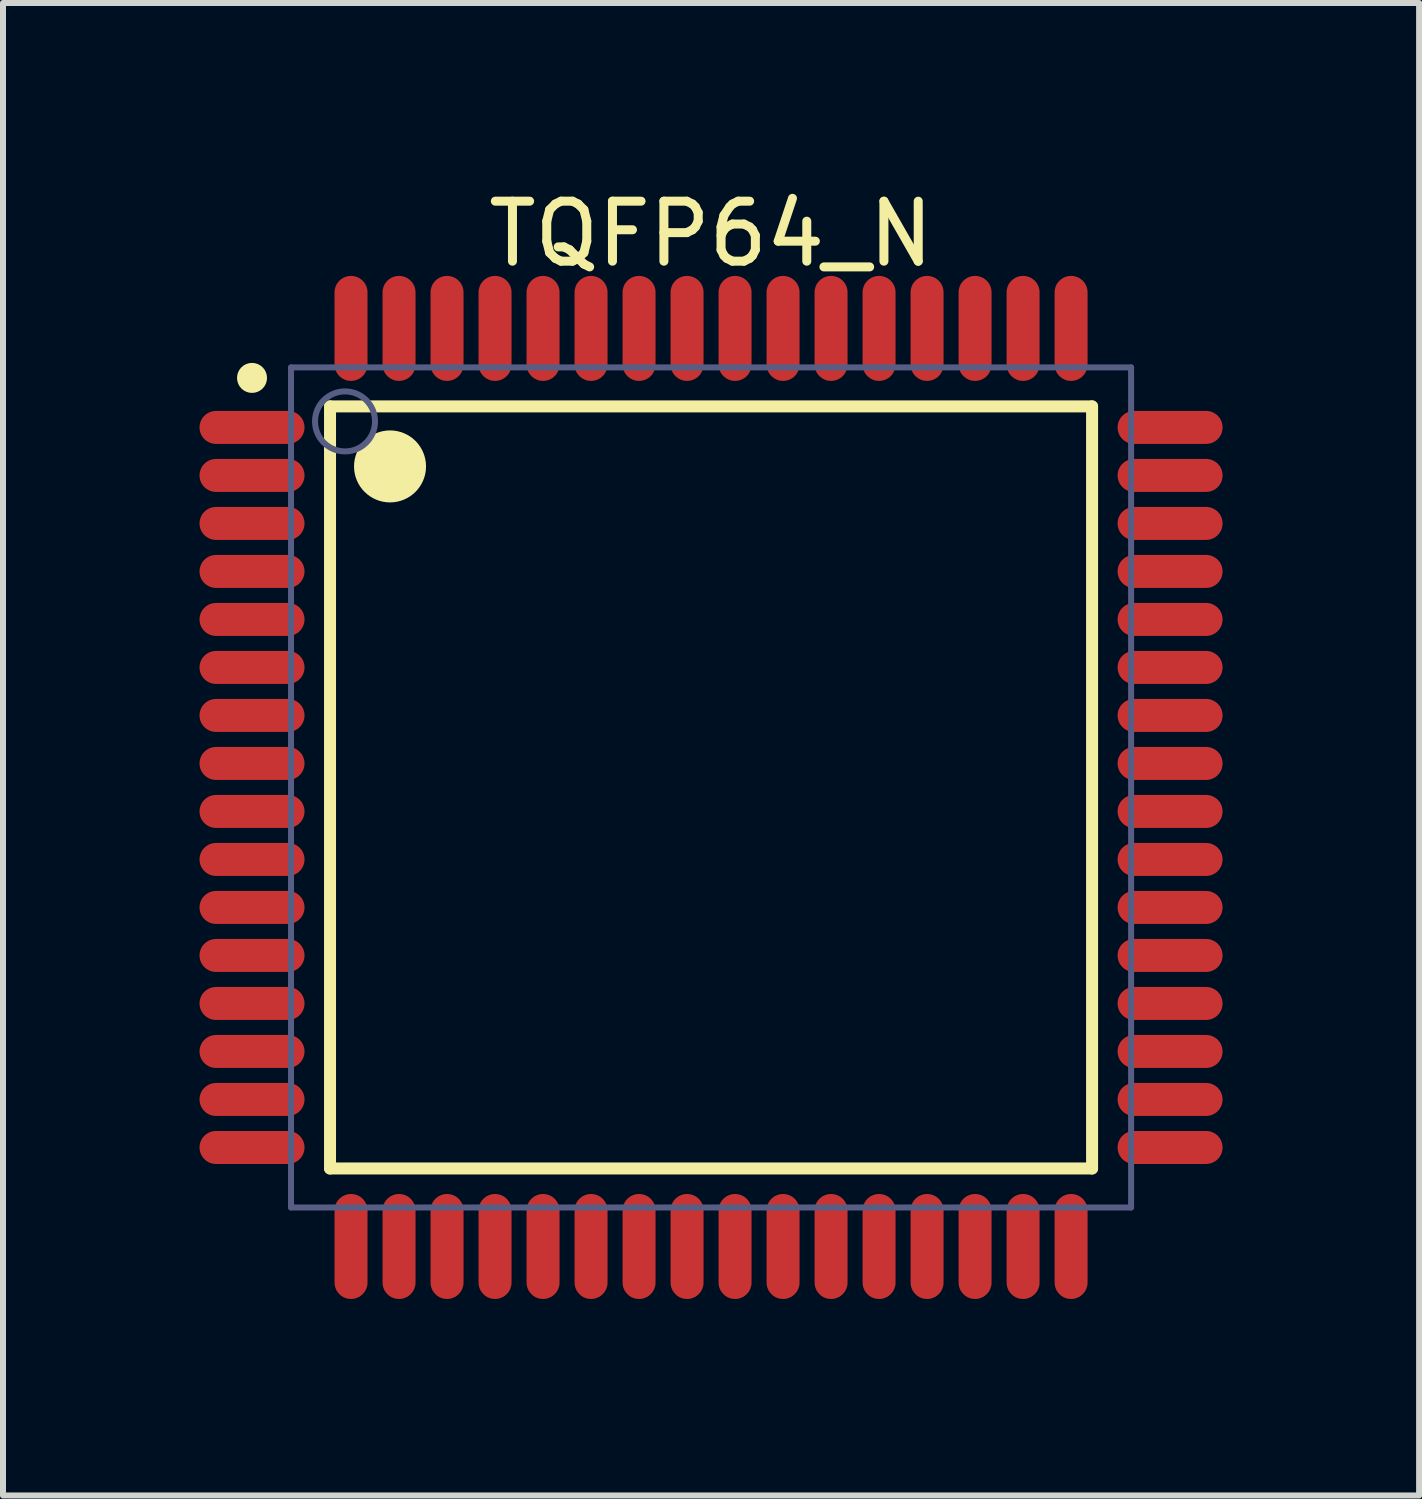
<source format=kicad_pcb>
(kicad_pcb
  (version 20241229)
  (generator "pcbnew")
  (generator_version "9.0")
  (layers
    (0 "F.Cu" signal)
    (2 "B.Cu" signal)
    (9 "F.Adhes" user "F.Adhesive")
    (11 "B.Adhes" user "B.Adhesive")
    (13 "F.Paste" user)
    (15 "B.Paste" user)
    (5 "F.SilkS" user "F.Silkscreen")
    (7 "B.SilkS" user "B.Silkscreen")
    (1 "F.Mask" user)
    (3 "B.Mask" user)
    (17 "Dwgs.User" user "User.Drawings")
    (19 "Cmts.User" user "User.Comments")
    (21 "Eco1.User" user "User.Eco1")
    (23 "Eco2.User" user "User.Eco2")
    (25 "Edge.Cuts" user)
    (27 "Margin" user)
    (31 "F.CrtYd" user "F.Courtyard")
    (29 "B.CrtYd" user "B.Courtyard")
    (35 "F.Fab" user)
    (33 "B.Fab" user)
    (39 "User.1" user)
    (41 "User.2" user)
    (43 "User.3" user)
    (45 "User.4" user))
  (footprint "TQFP64_N"
    (layer "F.Cu")
    (at 8.8 10.073)
    (property "Reference" "TQFP64_N" (at 0 -9.225 0) (layer "F.SilkS") (effects (font (size 1 1) (thickness 0.15))))
    (fp_line (start -6.35 -6.35) (end 6.35 -6.35) (stroke (width 0.2) (type solid)) (layer "F.SilkS"))
    (fp_line (start -6.35 6.35) (end -6.35 -6.35) (stroke (width 0.2) (type solid)) (layer "F.SilkS"))
    (fp_line (start -6.35 6.35) (end 6.35 6.35) (stroke (width 0.2) (type solid)) (layer "F.SilkS"))
    (fp_line (start 6.35 6.35) (end 6.35 -6.35) (stroke (width 0.2) (type solid)) (layer "F.SilkS"))
    (fp_circle (center -7.65 -6.825) (end -7.65 -6.95) (stroke (width 0.25) (type solid)) (fill no) (layer "F.SilkS"))
    (fp_circle (center -5.35 -5.35) (end -5.35 -5.65) (stroke (width 0.6) (type solid)) (fill no) (layer "F.SilkS"))
    (fp_line (start -8.75 -8.75) (end 8.75 -8.75) (stroke (width 0.1) (type solid)) (layer "Eco2.User"))
    (fp_line (start -8.75 8.75) (end -8.75 -8.75) (stroke (width 0.1) (type solid)) (layer "Eco2.User"))
    (fp_line (start -8.75 8.75) (end 8.75 8.75) (stroke (width 0.1) (type solid)) (layer "Eco2.User"))
    (fp_line (start -0.5 0) (end 0.5 0) (stroke (width 0.1) (type solid)) (layer "Eco2.User"))
    (fp_line (start 0 0.5) (end 0 -0.5) (stroke (width 0.1) (type solid)) (layer "Eco2.User"))
    (fp_line (start 8.75 8.75) (end 8.75 -8.75) (stroke (width 0.1) (type solid)) (layer "Eco2.User"))
    (fp_line (start -7 -7) (end 7 -7) (stroke (width 0.1) (type solid)) (layer "B.Fab"))
    (fp_line (start -7 7) (end -7 -7) (stroke (width 0.1) (type solid)) (layer "B.Fab"))
    (fp_line (start -7 7) (end 7 7) (stroke (width 0.1) (type solid)) (layer "B.Fab"))
    (fp_line (start 7 7) (end 7 -7) (stroke (width 0.1) (type solid)) (layer "B.Fab"))
    (fp_circle (center -6.1 -6.1) (end -6.1 -6.6) (stroke (width 0.1) (type solid)) (fill no) (layer "B.Fab"))
    (pad "1" smd oval (at -7.65 -6 90) (size 0.55 1.75) (layers "F.Cu" "F.Mask" "F.Paste"))
    (pad "2" smd oval (at -7.65 -5.2 90) (size 0.55 1.75) (layers "F.Cu" "F.Mask" "F.Paste"))
    (pad "3" smd oval (at -7.65 -4.4 90) (size 0.55 1.75) (layers "F.Cu" "F.Mask" "F.Paste"))
    (pad "4" smd oval (at -7.65 -3.6 90) (size 0.55 1.75) (layers "F.Cu" "F.Mask" "F.Paste"))
    (pad "5" smd oval (at -7.65 -2.8 90) (size 0.55 1.75) (layers "F.Cu" "F.Mask" "F.Paste"))
    (pad "6" smd oval (at -7.65 -2 90) (size 0.55 1.75) (layers "F.Cu" "F.Mask" "F.Paste"))
    (pad "7" smd oval (at -7.65 -1.2 90) (size 0.55 1.75) (layers "F.Cu" "F.Mask" "F.Paste"))
    (pad "8" smd oval (at -7.65 -0.4 90) (size 0.55 1.75) (layers "F.Cu" "F.Mask" "F.Paste"))
    (pad "9" smd oval (at -7.65 0.4 90) (size 0.55 1.75) (layers "F.Cu" "F.Mask" "F.Paste"))
    (pad "10" smd oval (at -7.65 1.2 90) (size 0.55 1.75) (layers "F.Cu" "F.Mask" "F.Paste"))
    (pad "11" smd oval (at -7.65 2 90) (size 0.55 1.75) (layers "F.Cu" "F.Mask" "F.Paste"))
    (pad "12" smd oval (at -7.65 2.8 90) (size 0.55 1.75) (layers "F.Cu" "F.Mask" "F.Paste"))
    (pad "13" smd oval (at -7.65 3.6 90) (size 0.55 1.75) (layers "F.Cu" "F.Mask" "F.Paste"))
    (pad "14" smd oval (at -7.65 4.4 90) (size 0.55 1.75) (layers "F.Cu" "F.Mask" "F.Paste"))
    (pad "15" smd oval (at -7.65 5.2 90) (size 0.55 1.75) (layers "F.Cu" "F.Mask" "F.Paste"))
    (pad "16" smd oval (at -7.65 6 90) (size 0.55 1.75) (layers "F.Cu" "F.Mask" "F.Paste"))
    (pad "17" smd oval (at -6 7.65) (size 0.55 1.75) (layers "F.Cu" "F.Mask" "F.Paste"))
    (pad "18" smd oval (at -5.2 7.65) (size 0.55 1.75) (layers "F.Cu" "F.Mask" "F.Paste"))
    (pad "19" smd oval (at -4.4 7.65) (size 0.55 1.75) (layers "F.Cu" "F.Mask" "F.Paste"))
    (pad "20" smd oval (at -3.6 7.65) (size 0.55 1.75) (layers "F.Cu" "F.Mask" "F.Paste"))
    (pad "21" smd oval (at -2.8 7.65) (size 0.55 1.75) (layers "F.Cu" "F.Mask" "F.Paste"))
    (pad "22" smd oval (at -2 7.65) (size 0.55 1.75) (layers "F.Cu" "F.Mask" "F.Paste"))
    (pad "23" smd oval (at -1.2 7.65) (size 0.55 1.75) (layers "F.Cu" "F.Mask" "F.Paste"))
    (pad "24" smd oval (at -0.4 7.65) (size 0.55 1.75) (layers "F.Cu" "F.Mask" "F.Paste"))
    (pad "25" smd oval (at 0.4 7.65) (size 0.55 1.75) (layers "F.Cu" "F.Mask" "F.Paste"))
    (pad "26" smd oval (at 1.2 7.65) (size 0.55 1.75) (layers "F.Cu" "F.Mask" "F.Paste"))
    (pad "27" smd oval (at 2 7.65) (size 0.55 1.75) (layers "F.Cu" "F.Mask" "F.Paste"))
    (pad "28" smd oval (at 2.8 7.65) (size 0.55 1.75) (layers "F.Cu" "F.Mask" "F.Paste"))
    (pad "29" smd oval (at 3.6 7.65) (size 0.55 1.75) (layers "F.Cu" "F.Mask" "F.Paste"))
    (pad "30" smd oval (at 4.4 7.65) (size 0.55 1.75) (layers "F.Cu" "F.Mask" "F.Paste"))
    (pad "31" smd oval (at 5.2 7.65) (size 0.55 1.75) (layers "F.Cu" "F.Mask" "F.Paste"))
    (pad "32" smd oval (at 6 7.65) (size 0.55 1.75) (layers "F.Cu" "F.Mask" "F.Paste"))
    (pad "33" smd oval (at 7.65 6 90) (size 0.55 1.75) (layers "F.Cu" "F.Mask" "F.Paste"))
    (pad "34" smd oval (at 7.65 5.2 90) (size 0.55 1.75) (layers "F.Cu" "F.Mask" "F.Paste"))
    (pad "35" smd oval (at 7.65 4.4 90) (size 0.55 1.75) (layers "F.Cu" "F.Mask" "F.Paste"))
    (pad "36" smd oval (at 7.65 3.6 90) (size 0.55 1.75) (layers "F.Cu" "F.Mask" "F.Paste"))
    (pad "37" smd oval (at 7.65 2.8 90) (size 0.55 1.75) (layers "F.Cu" "F.Mask" "F.Paste"))
    (pad "38" smd oval (at 7.65 2 90) (size 0.55 1.75) (layers "F.Cu" "F.Mask" "F.Paste"))
    (pad "39" smd oval (at 7.65 1.2 90) (size 0.55 1.75) (layers "F.Cu" "F.Mask" "F.Paste"))
    (pad "40" smd oval (at 7.65 0.4 90) (size 0.55 1.75) (layers "F.Cu" "F.Mask" "F.Paste"))
    (pad "41" smd oval (at 7.65 -0.4 90) (size 0.55 1.75) (layers "F.Cu" "F.Mask" "F.Paste"))
    (pad "42" smd oval (at 7.65 -1.2 90) (size 0.55 1.75) (layers "F.Cu" "F.Mask" "F.Paste"))
    (pad "43" smd oval (at 7.65 -2 90) (size 0.55 1.75) (layers "F.Cu" "F.Mask" "F.Paste"))
    (pad "44" smd oval (at 7.65 -2.8 90) (size 0.55 1.75) (layers "F.Cu" "F.Mask" "F.Paste"))
    (pad "45" smd oval (at 7.65 -3.6 90) (size 0.55 1.75) (layers "F.Cu" "F.Mask" "F.Paste"))
    (pad "46" smd oval (at 7.65 -4.4 90) (size 0.55 1.75) (layers "F.Cu" "F.Mask" "F.Paste"))
    (pad "47" smd oval (at 7.65 -5.2 90) (size 0.55 1.75) (layers "F.Cu" "F.Mask" "F.Paste"))
    (pad "48" smd oval (at 7.65 -6 90) (size 0.55 1.75) (layers "F.Cu" "F.Mask" "F.Paste"))
    (pad "49" smd oval (at 6 -7.65) (size 0.55 1.75) (layers "F.Cu" "F.Mask" "F.Paste"))
    (pad "50" smd oval (at 5.2 -7.65) (size 0.55 1.75) (layers "F.Cu" "F.Mask" "F.Paste"))
    (pad "51" smd oval (at 4.4 -7.65) (size 0.55 1.75) (layers "F.Cu" "F.Mask" "F.Paste"))
    (pad "52" smd oval (at 3.6 -7.65) (size 0.55 1.75) (layers "F.Cu" "F.Mask" "F.Paste"))
    (pad "53" smd oval (at 2.8 -7.65) (size 0.55 1.75) (layers "F.Cu" "F.Mask" "F.Paste"))
    (pad "54" smd oval (at 2 -7.65) (size 0.55 1.75) (layers "F.Cu" "F.Mask" "F.Paste"))
    (pad "55" smd oval (at 1.2 -7.65) (size 0.55 1.75) (layers "F.Cu" "F.Mask" "F.Paste"))
    (pad "56" smd oval (at 0.4 -7.65) (size 0.55 1.75) (layers "F.Cu" "F.Mask" "F.Paste"))
    (pad "57" smd oval (at -0.4 -7.65) (size 0.55 1.75) (layers "F.Cu" "F.Mask" "F.Paste"))
    (pad "58" smd oval (at -1.2 -7.65) (size 0.55 1.75) (layers "F.Cu" "F.Mask" "F.Paste"))
    (pad "59" smd oval (at -2 -7.65) (size 0.55 1.75) (layers "F.Cu" "F.Mask" "F.Paste"))
    (pad "60" smd oval (at -2.8 -7.65) (size 0.55 1.75) (layers "F.Cu" "F.Mask" "F.Paste"))
    (pad "61" smd oval (at -3.6 -7.65) (size 0.55 1.75) (layers "F.Cu" "F.Mask" "F.Paste"))
    (pad "62" smd oval (at -4.4 -7.65) (size 0.55 1.75) (layers "F.Cu" "F.Mask" "F.Paste"))
    (pad "63" smd oval (at -5.2 -7.65) (size 0.55 1.75) (layers "F.Cu" "F.Mask" "F.Paste"))
    (pad "64" smd oval (at -6 -7.65) (size 0.55 1.75) (layers "F.Cu" "F.Mask" "F.Paste")))
  (gr_rect
    (start -3 -3)
    (end 20.6 21.873)
    (stroke (width 0.1) (type default))
    (fill no)
    (layer "Edge.Cuts")))
</source>
